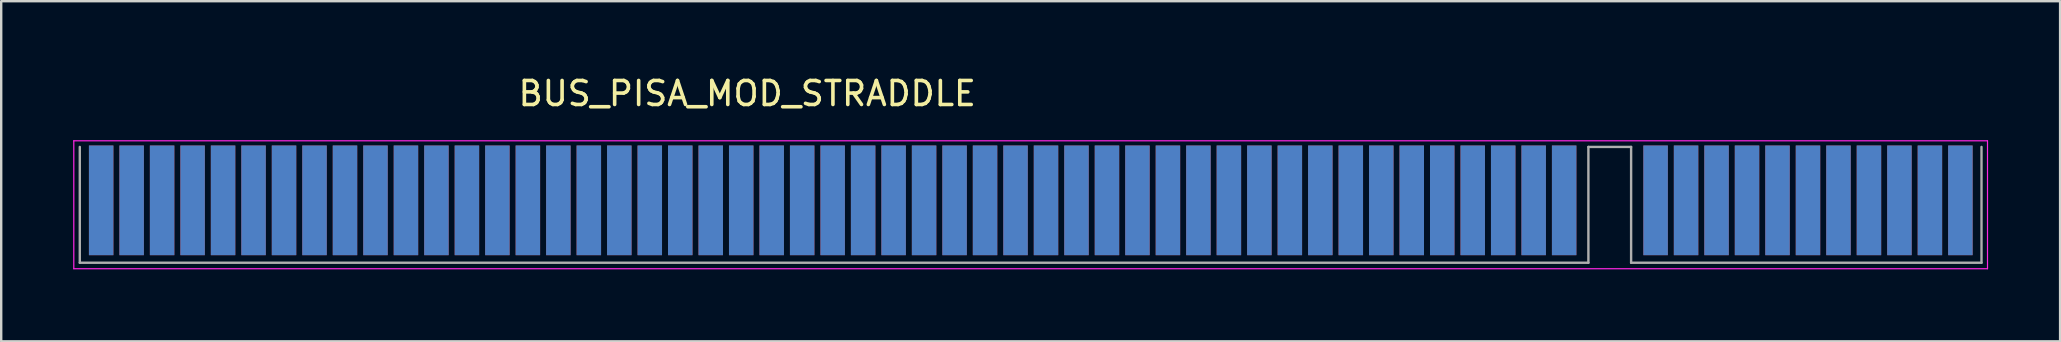
<source format=kicad_pcb>
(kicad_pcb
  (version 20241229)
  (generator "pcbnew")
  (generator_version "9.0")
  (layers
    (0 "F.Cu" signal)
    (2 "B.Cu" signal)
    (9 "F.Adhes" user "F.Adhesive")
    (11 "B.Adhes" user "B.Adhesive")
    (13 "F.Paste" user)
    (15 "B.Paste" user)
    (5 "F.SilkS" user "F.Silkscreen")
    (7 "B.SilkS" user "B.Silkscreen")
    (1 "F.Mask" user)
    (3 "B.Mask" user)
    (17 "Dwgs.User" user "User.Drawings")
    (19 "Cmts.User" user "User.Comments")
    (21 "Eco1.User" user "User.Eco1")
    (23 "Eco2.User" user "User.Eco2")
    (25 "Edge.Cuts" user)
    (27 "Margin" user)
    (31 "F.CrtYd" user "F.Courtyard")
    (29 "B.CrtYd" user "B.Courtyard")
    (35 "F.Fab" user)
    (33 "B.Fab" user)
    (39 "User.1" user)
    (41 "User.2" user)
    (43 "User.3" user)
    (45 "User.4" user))
  (footprint "BUS_PISA_MOD_STRADDLE"
    (layer "F.Cu")
    (at 39.895 6.628)
    (property "Reference" "BUS_PISA_MOD_STRADDLE" (at -11.81 -5.78 0) (layer "F.SilkS") (effects (font (size 1 1) (thickness 0.15))))
    (attr exclude_from_pos_files exclude_from_bom)
    (fp_line (start -39.87 -3.81) (end -39.87 1.52) (stroke (width 0.05) (type solid)) (layer "F.CrtYd"))
    (fp_line (start -39.87 -3.81) (end 39.87 -3.81) (stroke (width 0.05) (type solid)) (layer "F.CrtYd"))
    (fp_line (start 39.87 1.52) (end -39.87 1.52) (stroke (width 0.05) (type solid)) (layer "F.CrtYd"))
    (fp_line (start 39.87 1.52) (end 39.87 -3.81) (stroke (width 0.05) (type solid)) (layer "F.CrtYd"))
    (fp_line (start -39.62 -3.556) (end -39.62 1.27) (stroke (width 0.1) (type solid)) (layer "F.Fab"))
    (fp_line (start -39.62 1.27) (end 23.24 1.27) (stroke (width 0.1) (type solid)) (layer "F.Fab"))
    (fp_line (start 23.24 -3.556) (end 25.02 -3.556) (stroke (width 0.1) (type solid)) (layer "F.Fab"))
    (fp_line (start 23.24 1.27) (end 23.24 -3.556) (stroke (width 0.1) (type solid)) (layer "F.Fab"))
    (fp_line (start 25.02 -3.556) (end 25.02 1.27) (stroke (width 0.1) (type solid)) (layer "F.Fab"))
    (fp_line (start 25.02 1.27) (end 39.62 1.27) (stroke (width 0.1) (type solid)) (layer "F.Fab"))
    (fp_line (start 39.62 1.27) (end 39.62 -3.556) (stroke (width 0.1) (type solid)) (layer "F.Fab"))
    (pad "1" connect rect (at -38.73 -1.33) (size 1.02 4.57) (layers "F.Cu" "F.Mask"))
    (pad "2" connect rect (at -37.46 -1.33) (size 1.02 4.57) (layers "F.Cu" "F.Mask"))
    (pad "3" connect rect (at -36.19 -1.33) (size 1.02 4.57) (layers "F.Cu" "F.Mask"))
    (pad "4" connect rect (at -34.92 -1.33) (size 1.02 4.57) (layers "F.Cu" "F.Mask"))
    (pad "5" connect rect (at -33.65 -1.33) (size 1.02 4.57) (layers "F.Cu" "F.Mask"))
    (pad "6" connect rect (at -32.38 -1.33) (size 1.02 4.57) (layers "F.Cu" "F.Mask"))
    (pad "7" connect rect (at -31.11 -1.33) (size 1.02 4.57) (layers "F.Cu" "F.Mask"))
    (pad "8" connect rect (at -29.84 -1.33) (size 1.02 4.57) (layers "F.Cu" "F.Mask"))
    (pad "9" connect rect (at -28.57 -1.33) (size 1.02 4.57) (layers "F.Cu" "F.Mask"))
    (pad "10" connect rect (at -27.3 -1.33) (size 1.02 4.57) (layers "F.Cu" "F.Mask"))
    (pad "11" connect rect (at -26.03 -1.33) (size 1.02 4.57) (layers "F.Cu" "F.Mask"))
    (pad "12" connect rect (at -24.76 -1.33) (size 1.02 4.57) (layers "F.Cu" "F.Mask"))
    (pad "13" connect rect (at -23.49 -1.33) (size 1.02 4.57) (layers "F.Cu" "F.Mask"))
    (pad "14" connect rect (at -22.22 -1.33) (size 1.02 4.57) (layers "F.Cu" "F.Mask"))
    (pad "15" connect rect (at -20.95 -1.33) (size 1.02 4.57) (layers "F.Cu" "F.Mask"))
    (pad "16" connect rect (at -19.68 -1.33) (size 1.02 4.57) (layers "F.Cu" "F.Mask"))
    (pad "17" connect rect (at -18.41 -1.33) (size 1.02 4.57) (layers "F.Cu" "F.Mask"))
    (pad "18" connect rect (at -17.14 -1.33) (size 1.02 4.57) (layers "F.Cu" "F.Mask"))
    (pad "19" connect rect (at -15.87 -1.33) (size 1.02 4.57) (layers "F.Cu" "F.Mask"))
    (pad "20" connect rect (at -14.6 -1.33) (size 1.02 4.57) (layers "F.Cu" "F.Mask"))
    (pad "21" connect rect (at -13.33 -1.33) (size 1.02 4.57) (layers "F.Cu" "F.Mask"))
    (pad "22" connect rect (at -12.06 -1.33) (size 1.02 4.57) (layers "F.Cu" "F.Mask"))
    (pad "23" connect rect (at -10.79 -1.33) (size 1.02 4.57) (layers "F.Cu" "F.Mask"))
    (pad "24" connect rect (at -9.52 -1.33) (size 1.02 4.57) (layers "F.Cu" "F.Mask"))
    (pad "25" connect rect (at -8.25 -1.33) (size 1.02 4.57) (layers "F.Cu" "F.Mask"))
    (pad "26" connect rect (at -6.98 -1.33) (size 1.02 4.57) (layers "F.Cu" "F.Mask"))
    (pad "27" connect rect (at -5.71 -1.33) (size 1.02 4.57) (layers "F.Cu" "F.Mask"))
    (pad "28" connect rect (at -4.44 -1.33) (size 1.02 4.57) (layers "F.Cu" "F.Mask"))
    (pad "29" connect rect (at -3.17 -1.33) (size 1.02 4.57) (layers "F.Cu" "F.Mask"))
    (pad "30" connect rect (at -1.9 -1.33) (size 1.02 4.57) (layers "F.Cu" "F.Mask"))
    (pad "31" connect rect (at -0.63 -1.33) (size 1.02 4.57) (layers "F.Cu" "F.Mask"))
    (pad "32" connect rect (at 0.64 -1.33) (size 1.02 4.57) (layers "F.Cu" "F.Mask"))
    (pad "33" connect rect (at 1.91 -1.33) (size 1.02 4.57) (layers "F.Cu" "F.Mask"))
    (pad "34" connect rect (at 3.18 -1.33) (size 1.02 4.57) (layers "F.Cu" "F.Mask"))
    (pad "35" connect rect (at 4.45 -1.33) (size 1.02 4.57) (layers "F.Cu" "F.Mask"))
    (pad "36" connect rect (at 5.72 -1.33) (size 1.02 4.57) (layers "F.Cu" "F.Mask"))
    (pad "37" connect rect (at 6.99 -1.33) (size 1.02 4.57) (layers "F.Cu" "F.Mask"))
    (pad "38" connect rect (at 8.26 -1.33) (size 1.02 4.57) (layers "F.Cu" "F.Mask"))
    (pad "39" connect rect (at 9.53 -1.33) (size 1.02 4.57) (layers "F.Cu" "F.Mask"))
    (pad "40" connect rect (at 10.8 -1.33) (size 1.02 4.57) (layers "F.Cu" "F.Mask"))
    (pad "41" connect rect (at 12.07 -1.33) (size 1.02 4.57) (layers "F.Cu" "F.Mask"))
    (pad "42" connect rect (at 13.34 -1.33) (size 1.02 4.57) (layers "F.Cu" "F.Mask"))
    (pad "43" connect rect (at 14.61 -1.33) (size 1.02 4.57) (layers "F.Cu" "F.Mask"))
    (pad "44" connect rect (at 15.88 -1.33) (size 1.02 4.57) (layers "F.Cu" "F.Mask"))
    (pad "45" connect rect (at 17.15 -1.33) (size 1.02 4.57) (layers "F.Cu" "F.Mask"))
    (pad "46" connect rect (at 18.42 -1.33) (size 1.02 4.57) (layers "F.Cu" "F.Mask"))
    (pad "47" connect rect (at 19.69 -1.33) (size 1.02 4.57) (layers "F.Cu" "F.Mask"))
    (pad "48" connect rect (at 20.96 -1.33) (size 1.02 4.57) (layers "F.Cu" "F.Mask"))
    (pad "49" connect rect (at 22.23 -1.33) (size 1.02 4.57) (layers "F.Cu" "F.Mask"))
    (pad "50" connect rect (at 26.04 -1.33) (size 1.02 4.57) (layers "F.Cu" "F.Mask"))
    (pad "51" connect rect (at 27.31 -1.33) (size 1.02 4.57) (layers "F.Cu" "F.Mask"))
    (pad "52" connect rect (at 28.58 -1.33) (size 1.02 4.57) (layers "F.Cu" "F.Mask"))
    (pad "53" connect rect (at 29.85 -1.33) (size 1.02 4.57) (layers "F.Cu" "F.Mask"))
    (pad "54" connect rect (at 31.12 -1.33) (size 1.02 4.57) (layers "F.Cu" "F.Mask"))
    (pad "55" connect rect (at 32.39 -1.33) (size 1.02 4.57) (layers "F.Cu" "F.Mask"))
    (pad "56" connect rect (at 33.66 -1.33) (size 1.02 4.57) (layers "F.Cu" "F.Mask"))
    (pad "57" connect rect (at 34.93 -1.33) (size 1.02 4.57) (layers "F.Cu" "F.Mask"))
    (pad "58" connect rect (at 36.2 -1.33) (size 1.02 4.57) (layers "F.Cu" "F.Mask"))
    (pad "59" connect rect (at 37.47 -1.33) (size 1.02 4.57) (layers "F.Cu" "F.Mask"))
    (pad "60" connect rect (at 38.74 -1.33) (size 1.02 4.57) (layers "F.Cu" "F.Mask"))
    (pad "61" connect rect (at -38.73 -1.33) (size 1.02 4.57) (layers "B.Cu" "B.Mask"))
    (pad "62" connect rect (at -37.46 -1.33) (size 1.02 4.57) (layers "B.Cu" "B.Mask"))
    (pad "63" connect rect (at -36.19 -1.33) (size 1.02 4.57) (layers "B.Cu" "B.Mask"))
    (pad "64" connect rect (at -34.92 -1.33) (size 1.02 4.57) (layers "B.Cu" "B.Mask"))
    (pad "65" connect rect (at -33.65 -1.33) (size 1.02 4.57) (layers "B.Cu" "B.Mask"))
    (pad "66" connect rect (at -32.38 -1.33) (size 1.02 4.57) (layers "B.Cu" "B.Mask"))
    (pad "67" connect rect (at -31.11 -1.33) (size 1.02 4.57) (layers "B.Cu" "B.Mask"))
    (pad "68" connect rect (at -29.84 -1.33) (size 1.02 4.57) (layers "B.Cu" "B.Mask"))
    (pad "69" connect rect (at -28.57 -1.33) (size 1.02 4.57) (layers "B.Cu" "B.Mask"))
    (pad "70" connect rect (at -27.3 -1.33) (size 1.02 4.57) (layers "B.Cu" "B.Mask"))
    (pad "71" connect rect (at -26.03 -1.33) (size 1.02 4.57) (layers "B.Cu" "B.Mask"))
    (pad "72" connect rect (at -24.76 -1.33) (size 1.02 4.57) (layers "B.Cu" "B.Mask"))
    (pad "73" connect rect (at -23.49 -1.33) (size 1.02 4.57) (layers "B.Cu" "B.Mask"))
    (pad "74" connect rect (at -22.22 -1.33) (size 1.02 4.57) (layers "B.Cu" "B.Mask"))
    (pad "75" connect rect (at -20.95 -1.33) (size 1.02 4.57) (layers "B.Cu" "B.Mask"))
    (pad "76" connect rect (at -19.68 -1.33) (size 1.02 4.57) (layers "B.Cu" "B.Mask"))
    (pad "77" connect rect (at -18.41 -1.33) (size 1.02 4.57) (layers "B.Cu" "B.Mask"))
    (pad "78" connect rect (at -17.14 -1.33) (size 1.02 4.57) (layers "B.Cu" "B.Mask"))
    (pad "79" connect rect (at -15.87 -1.33) (size 1.02 4.57) (layers "B.Cu" "B.Mask"))
    (pad "80" connect rect (at -14.6 -1.33) (size 1.02 4.57) (layers "B.Cu" "B.Mask"))
    (pad "81" connect rect (at -13.33 -1.33) (size 1.02 4.57) (layers "B.Cu" "B.Mask"))
    (pad "82" connect rect (at -12.06 -1.33) (size 1.02 4.57) (layers "B.Cu" "B.Mask"))
    (pad "83" connect rect (at -10.79 -1.33) (size 1.02 4.57) (layers "B.Cu" "B.Mask"))
    (pad "84" connect rect (at -9.52 -1.33) (size 1.02 4.57) (layers "B.Cu" "B.Mask"))
    (pad "85" connect rect (at -8.25 -1.33) (size 1.02 4.57) (layers "B.Cu" "B.Mask"))
    (pad "86" connect rect (at -6.98 -1.33) (size 1.02 4.57) (layers "B.Cu" "B.Mask"))
    (pad "87" connect rect (at -5.71 -1.33) (size 1.02 4.57) (layers "B.Cu" "B.Mask"))
    (pad "88" connect rect (at -4.44 -1.33) (size 1.02 4.57) (layers "B.Cu" "B.Mask"))
    (pad "89" connect rect (at -3.17 -1.33) (size 1.02 4.57) (layers "B.Cu" "B.Mask"))
    (pad "90" connect rect (at -1.9 -1.33) (size 1.02 4.57) (layers "B.Cu" "B.Mask"))
    (pad "91" connect rect (at -0.63 -1.33) (size 1.02 4.57) (layers "B.Cu" "B.Mask"))
    (pad "92" connect rect (at 0.64 -1.33) (size 1.02 4.57) (layers "B.Cu" "B.Mask"))
    (pad "93" connect rect (at 1.91 -1.33) (size 1.02 4.57) (layers "B.Cu" "B.Mask"))
    (pad "94" connect rect (at 3.18 -1.33) (size 1.02 4.57) (layers "B.Cu" "B.Mask"))
    (pad "95" connect rect (at 4.45 -1.33) (size 1.02 4.57) (layers "B.Cu" "B.Mask"))
    (pad "96" connect rect (at 5.72 -1.33) (size 1.02 4.57) (layers "B.Cu" "B.Mask"))
    (pad "97" connect rect (at 6.99 -1.33) (size 1.02 4.57) (layers "B.Cu" "B.Mask"))
    (pad "98" connect rect (at 8.26 -1.33) (size 1.02 4.57) (layers "B.Cu" "B.Mask"))
    (pad "99" connect rect (at 9.53 -1.33) (size 1.02 4.57) (layers "B.Cu" "B.Mask"))
    (pad "100" connect rect (at 10.8 -1.33) (size 1.02 4.57) (layers "B.Cu" "B.Mask"))
    (pad "101" connect rect (at 12.07 -1.33) (size 1.02 4.57) (layers "B.Cu" "B.Mask"))
    (pad "102" connect rect (at 13.34 -1.33) (size 1.02 4.57) (layers "B.Cu" "B.Mask"))
    (pad "103" connect rect (at 14.61 -1.33) (size 1.02 4.57) (layers "B.Cu" "B.Mask"))
    (pad "104" connect rect (at 15.88 -1.33) (size 1.02 4.57) (layers "B.Cu" "B.Mask"))
    (pad "105" connect rect (at 17.15 -1.33) (size 1.02 4.57) (layers "B.Cu" "B.Mask"))
    (pad "106" connect rect (at 18.42 -1.33) (size 1.02 4.57) (layers "B.Cu" "B.Mask"))
    (pad "107" connect rect (at 19.69 -1.33) (size 1.02 4.57) (layers "B.Cu" "B.Mask"))
    (pad "108" connect rect (at 20.96 -1.33) (size 1.02 4.57) (layers "B.Cu" "B.Mask"))
    (pad "109" connect rect (at 22.23 -1.33) (size 1.02 4.57) (layers "B.Cu" "B.Mask"))
    (pad "110" connect rect (at 26.04 -1.33) (size 1.02 4.57) (layers "B.Cu" "B.Mask"))
    (pad "111" connect rect (at 27.31 -1.33) (size 1.02 4.57) (layers "B.Cu" "B.Mask"))
    (pad "112" connect rect (at 28.58 -1.33) (size 1.02 4.57) (layers "B.Cu" "B.Mask"))
    (pad "113" connect rect (at 29.85 -1.33) (size 1.02 4.57) (layers "B.Cu" "B.Mask"))
    (pad "114" connect rect (at 31.12 -1.33) (size 1.02 4.57) (layers "B.Cu" "B.Mask"))
    (pad "115" connect rect (at 32.39 -1.33) (size 1.02 4.57) (layers "B.Cu" "B.Mask"))
    (pad "116" connect rect (at 33.66 -1.33) (size 1.02 4.57) (layers "B.Cu" "B.Mask"))
    (pad "117" connect rect (at 34.93 -1.33) (size 1.02 4.57) (layers "B.Cu" "B.Mask"))
    (pad "118" connect rect (at 36.2 -1.33) (size 1.02 4.57) (layers "B.Cu" "B.Mask"))
    (pad "119" connect rect (at 37.47 -1.33) (size 1.02 4.57) (layers "B.Cu" "B.Mask"))
    (pad "120" connect rect (at 38.74 -1.33) (size 1.02 4.57) (layers "B.Cu" "B.Mask")))
  (gr_rect
    (start -3 -3)
    (end 82.79 11.173)
    (stroke (width 0.1) (type default))
    (fill no)
    (layer "Edge.Cuts")))
</source>
